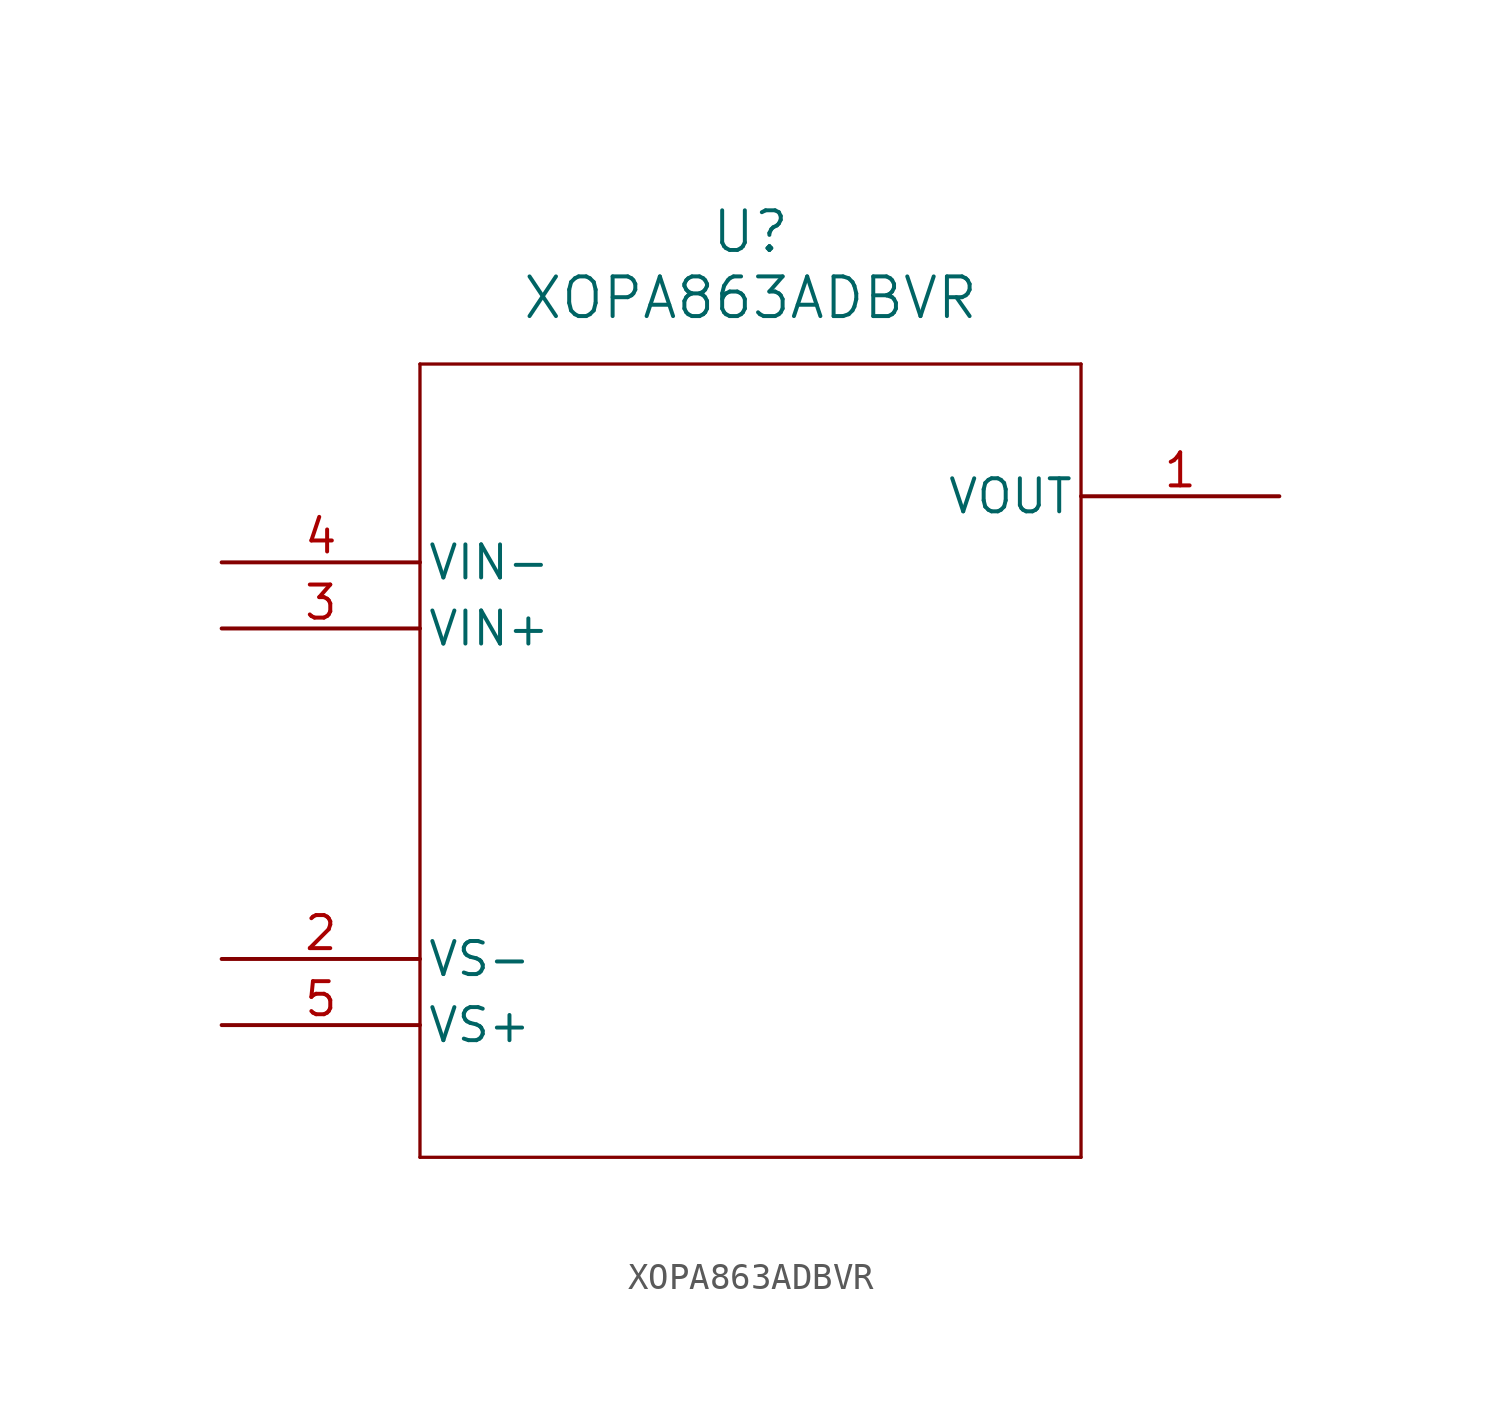
<source format=kicad_sym>
(kicad_symbol_lib
  (version 20211014)
  (generator kicad_symbol_editor)
  (symbol "XOPA863ADBVR"
    (pin_names
      (offset 0.254))
    (property "Reference" "U"
      (at 20.32 12.7 0)
      (effects (font (size 1.524 1.524))))
    (property "Value" "XOPA863ADBVR"
      (at 20.32 10.16 0)
      (effects (font (size 1.524 1.524))))
    (symbol "XOPA863ADBVR_0_1"
      (polyline (pts (xy 7.62 7.62) (xy 7.62 -22.86)) (stroke (width 0.127) (type default) (color 0 0 0 0)) (fill (type none)))
      (polyline (pts (xy 7.62 -22.86) (xy 33.02 -22.86)) (stroke (width 0.127) (type default) (color 0 0 0 0)) (fill (type none)))
      (polyline (pts (xy 33.02 -22.86) (xy 33.02 7.62)) (stroke (width 0.127) (type default) (color 0 0 0 0)) (fill (type none)))
      (polyline (pts (xy 33.02 7.62) (xy 7.62 7.62)) (stroke (width 0.127) (type default) (color 0 0 0 0)) (fill (type none)))
      (pin output line (at 40.64 2.54 180) (length 7.62) (name "VOUT" (effects (font (size 1.27 1.27)))) (number "1" (effects (font (size 1.27 1.27)))))
      (pin power_in line (at 0 -15.24 0) (length 7.62) (name "VS-" (effects (font (size 1.27 1.27)))) (number "2" (effects (font (size 1.27 1.27)))))
      (pin input line (at 0 -2.54 0) (length 7.62) (name "VIN+" (effects (font (size 1.27 1.27)))) (number "3" (effects (font (size 1.27 1.27)))))
      (pin input line (at 0 0 0) (length 7.62) (name "VIN-" (effects (font (size 1.27 1.27)))) (number "4" (effects (font (size 1.27 1.27)))))
      (pin power_in line (at 0 -17.78 0) (length 7.62) (name "VS+" (effects (font (size 1.27 1.27)))) (number "5" (effects (font (size 1.27 1.27))))))))
</source>
